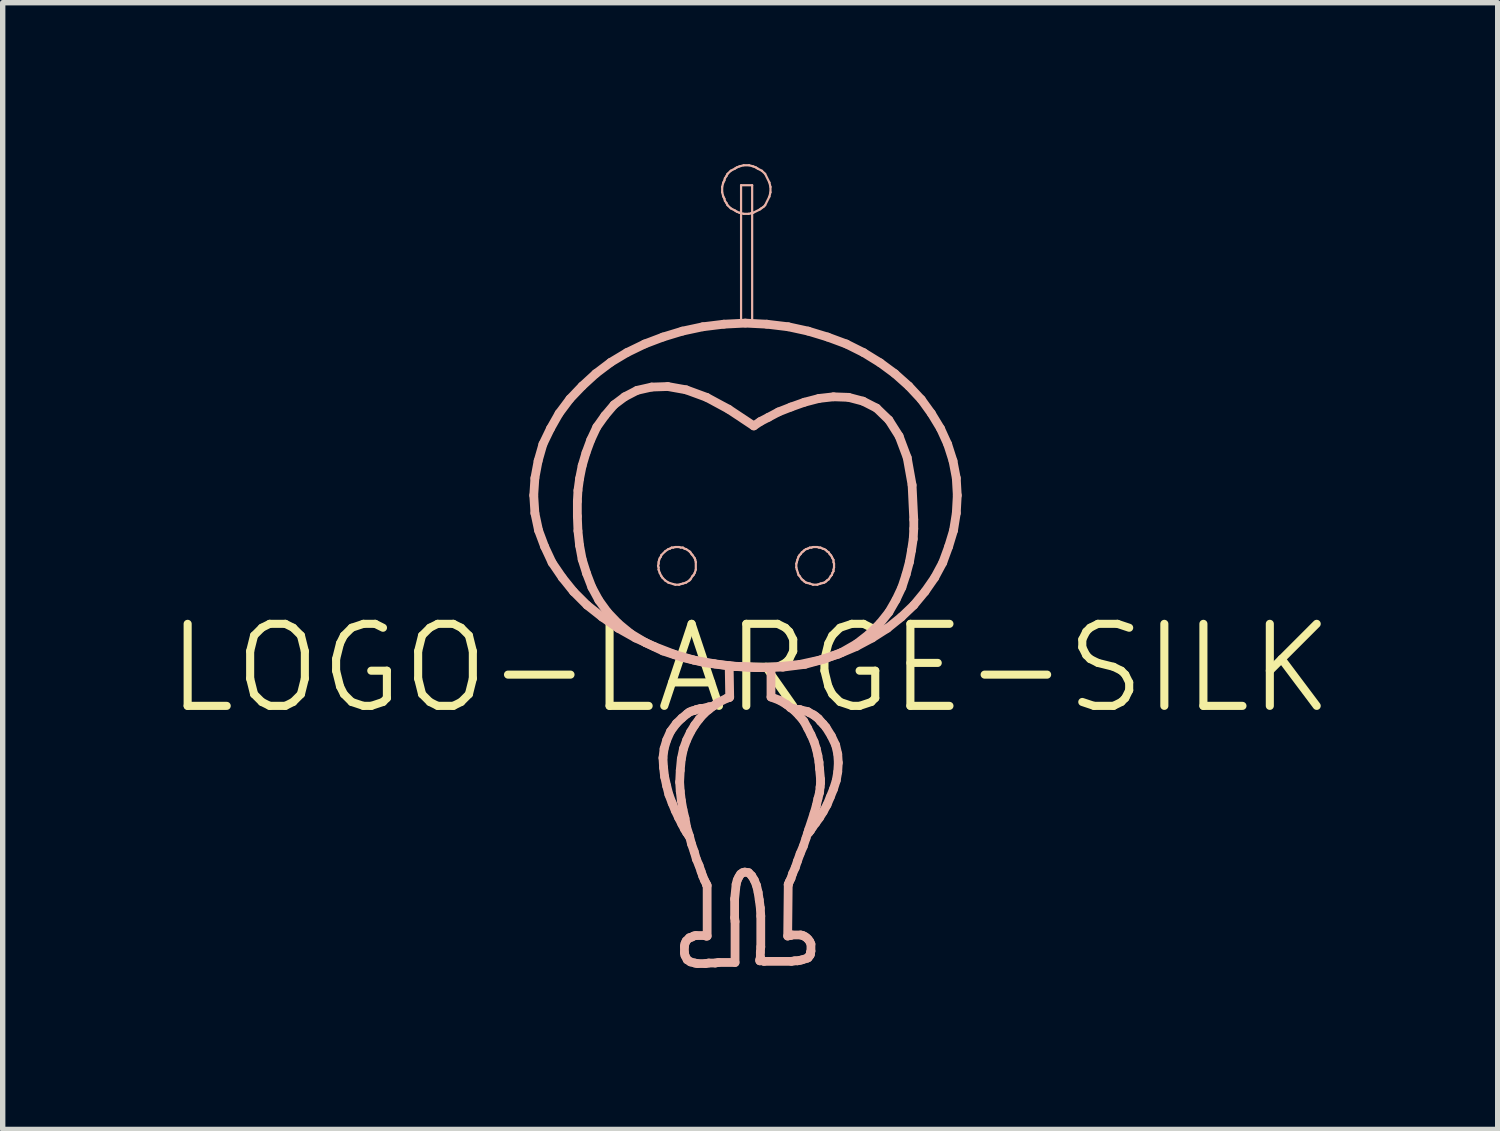
<source format=kicad_pcb>
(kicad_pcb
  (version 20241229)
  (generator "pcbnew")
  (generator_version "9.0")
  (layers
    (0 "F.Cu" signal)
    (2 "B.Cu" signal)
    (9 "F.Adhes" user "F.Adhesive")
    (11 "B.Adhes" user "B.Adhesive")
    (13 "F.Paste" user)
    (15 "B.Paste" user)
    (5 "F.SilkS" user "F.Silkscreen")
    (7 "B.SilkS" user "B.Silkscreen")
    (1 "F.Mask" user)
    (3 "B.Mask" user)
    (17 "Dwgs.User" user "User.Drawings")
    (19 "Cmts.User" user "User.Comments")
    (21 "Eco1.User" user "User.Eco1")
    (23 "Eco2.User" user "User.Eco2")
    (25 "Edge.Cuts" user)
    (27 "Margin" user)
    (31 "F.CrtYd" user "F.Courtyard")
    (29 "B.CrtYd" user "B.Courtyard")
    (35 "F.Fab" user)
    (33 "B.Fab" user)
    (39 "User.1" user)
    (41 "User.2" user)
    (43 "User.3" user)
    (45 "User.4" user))
  (footprint "LOGO-LARGE-SILK"
    (layer "F.Cu")
    (at 10.886 9.365)
    (property "Reference" "LOGO-LARGE-SILK" (at 0 0 0) (layer "F.SilkS") (effects (font (size 1.524 1.524) (thickness 0.15))))
    (attr exclude_from_pos_files exclude_from_bom)
    (fp_line (start -4.021 -3.213) (end -4 -3.533) (stroke (width 0.163) (type solid)) (layer "B.SilkS"))
    (fp_line (start -4 -3.533) (end -3.94 -3.853) (stroke (width 0.163) (type solid)) (layer "B.SilkS"))
    (fp_line (start -4 -2.883) (end -4.021 -3.213) (stroke (width 0.163) (type solid)) (layer "B.SilkS"))
    (fp_line (start -3.94 -3.853) (end -3.851 -4.163) (stroke (width 0.163) (type solid)) (layer "B.SilkS"))
    (fp_line (start -3.932 -2.563) (end -4 -2.883) (stroke (width 0.163) (type solid)) (layer "B.SilkS"))
    (fp_line (start -3.851 -4.163) (end -3.711 -4.453) (stroke (width 0.163) (type solid)) (layer "B.SilkS"))
    (fp_line (start -3.82 -2.263) (end -3.932 -2.563) (stroke (width 0.163) (type solid)) (layer "B.SilkS"))
    (fp_line (start -3.711 -4.453) (end -3.551 -4.735) (stroke (width 0.163) (type solid)) (layer "B.SilkS"))
    (fp_line (start -3.68 -1.963) (end -3.82 -2.263) (stroke (width 0.163) (type solid)) (layer "B.SilkS"))
    (fp_line (start -3.551 -4.735) (end -3.35 -5.004) (stroke (width 0.163) (type solid)) (layer "B.SilkS"))
    (fp_line (start -3.49 -1.684) (end -3.68 -1.963) (stroke (width 0.163) (type solid)) (layer "B.SilkS"))
    (fp_line (start -3.35 -5.004) (end -3.122 -5.243) (stroke (width 0.163) (type solid)) (layer "B.SilkS"))
    (fp_line (start -3.282 -1.425) (end -3.49 -1.684) (stroke (width 0.163) (type solid)) (layer "B.SilkS"))
    (fp_line (start -3.211 -3.104) (end -3.2 -3.305) (stroke (width 0.163) (type solid)) (layer "B.SilkS"))
    (fp_line (start -3.211 -2.824) (end -3.211 -3.104) (stroke (width 0.163) (type solid)) (layer "B.SilkS"))
    (fp_line (start -3.2 -3.305) (end -3.17 -3.523) (stroke (width 0.163) (type solid)) (layer "B.SilkS"))
    (fp_line (start -3.2 -2.553) (end -3.211 -2.824) (stroke (width 0.163) (type solid)) (layer "B.SilkS"))
    (fp_line (start -3.17 -3.523) (end -3.122 -3.764) (stroke (width 0.163) (type solid)) (layer "B.SilkS"))
    (fp_line (start -3.17 -2.283) (end -3.2 -2.553) (stroke (width 0.163) (type solid)) (layer "B.SilkS"))
    (fp_line (start -3.122 -5.243) (end -2.87 -5.474) (stroke (width 0.163) (type solid)) (layer "B.SilkS"))
    (fp_line (start -3.122 -3.764) (end -3.051 -4.003) (stroke (width 0.163) (type solid)) (layer "B.SilkS"))
    (fp_line (start -3.122 -2.024) (end -3.17 -2.283) (stroke (width 0.163) (type solid)) (layer "B.SilkS"))
    (fp_line (start -3.051 -4.003) (end -2.962 -4.244) (stroke (width 0.163) (type solid)) (layer "B.SilkS"))
    (fp_line (start -3.04 -1.763) (end -3.122 -2.024) (stroke (width 0.163) (type solid)) (layer "B.SilkS"))
    (fp_line (start -3.03 -1.173) (end -3.282 -1.425) (stroke (width 0.163) (type solid)) (layer "B.SilkS"))
    (fp_line (start -2.962 -4.244) (end -2.85 -4.483) (stroke (width 0.163) (type solid)) (layer "B.SilkS"))
    (fp_line (start -2.941 -1.504) (end -3.04 -1.763) (stroke (width 0.163) (type solid)) (layer "B.SilkS"))
    (fp_line (start -2.87 -5.474) (end -2.591 -5.685) (stroke (width 0.163) (type solid)) (layer "B.SilkS"))
    (fp_line (start -2.85 -4.483) (end -2.7 -4.694) (stroke (width 0.163) (type solid)) (layer "B.SilkS"))
    (fp_line (start -2.812 -1.265) (end -2.941 -1.504) (stroke (width 0.163) (type solid)) (layer "B.SilkS"))
    (fp_line (start -2.751 -0.953) (end -3.03 -1.173) (stroke (width 0.163) (type solid)) (layer "B.SilkS"))
    (fp_line (start -2.7 -4.694) (end -2.53 -4.895) (stroke (width 0.163) (type solid)) (layer "B.SilkS"))
    (fp_line (start -2.652 -1.044) (end -2.812 -1.265) (stroke (width 0.163) (type solid)) (layer "B.SilkS"))
    (fp_line (start -2.591 -5.685) (end -2.291 -5.865) (stroke (width 0.163) (type solid)) (layer "B.SilkS"))
    (fp_line (start -2.53 -4.895) (end -2.332 -5.044) (stroke (width 0.163) (type solid)) (layer "B.SilkS"))
    (fp_line (start -2.451 -0.833) (end -2.652 -1.044) (stroke (width 0.163) (type solid)) (layer "B.SilkS"))
    (fp_line (start -2.451 -0.744) (end -2.751 -0.953) (stroke (width 0.163) (type solid)) (layer "B.SilkS"))
    (fp_line (start -2.332 -5.044) (end -2.101 -5.164) (stroke (width 0.163) (type solid)) (layer "B.SilkS"))
    (fp_line (start -2.291 -5.865) (end -1.961 -6.025) (stroke (width 0.163) (type solid)) (layer "B.SilkS"))
    (fp_line (start -2.22 -0.643) (end -2.451 -0.833) (stroke (width 0.163) (type solid)) (layer "B.SilkS"))
    (fp_line (start -2.131 -0.564) (end -2.451 -0.744) (stroke (width 0.163) (type solid)) (layer "B.SilkS"))
    (fp_line (start -2.101 -5.164) (end -1.831 -5.225) (stroke (width 0.163) (type solid)) (layer "B.SilkS"))
    (fp_line (start -1.961 -6.025) (end -1.621 -6.154) (stroke (width 0.163) (type solid)) (layer "B.SilkS"))
    (fp_line (start -1.941 -0.475) (end -2.22 -0.643) (stroke (width 0.163) (type solid)) (layer "B.SilkS"))
    (fp_line (start -1.831 -5.225) (end -1.532 -5.235) (stroke (width 0.163) (type solid)) (layer "B.SilkS"))
    (fp_line (start -1.781 -0.404) (end -2.131 -0.564) (stroke (width 0.163) (type solid)) (layer "B.SilkS"))
    (fp_line (start -1.712 -1.905) (end -1.702 -1.943) (stroke (width 0.041) (type solid)) (layer "B.SilkS"))
    (fp_line (start -1.702 -1.974) (end -1.692 -2.014) (stroke (width 0.041) (type solid)) (layer "B.SilkS"))
    (fp_line (start -1.702 -1.943) (end -1.702 -1.974) (stroke (width 0.041) (type solid)) (layer "B.SilkS"))
    (fp_line (start -1.702 -1.875) (end -1.712 -1.905) (stroke (width 0.041) (type solid)) (layer "B.SilkS"))
    (fp_line (start -1.702 -1.834) (end -1.702 -1.875) (stroke (width 0.041) (type solid)) (layer "B.SilkS"))
    (fp_line (start -1.692 -2.014) (end -1.681 -2.045) (stroke (width 0.041) (type solid)) (layer "B.SilkS"))
    (fp_line (start -1.681 -2.045) (end -1.661 -2.073) (stroke (width 0.041) (type solid)) (layer "B.SilkS"))
    (fp_line (start -1.681 -1.773) (end -1.702 -1.834) (stroke (width 0.041) (type solid)) (layer "B.SilkS"))
    (fp_line (start -1.661 -2.073) (end -1.651 -2.103) (stroke (width 0.041) (type solid)) (layer "B.SilkS"))
    (fp_line (start -1.651 -2.103) (end -1.58 -2.174) (stroke (width 0.041) (type solid)) (layer "B.SilkS"))
    (fp_line (start -1.651 -1.714) (end -1.681 -1.773) (stroke (width 0.041) (type solid)) (layer "B.SilkS"))
    (fp_line (start -1.631 -1.684) (end -1.651 -1.714) (stroke (width 0.041) (type solid)) (layer "B.SilkS"))
    (fp_line (start -1.621 -6.154) (end -1.26 -6.264) (stroke (width 0.163) (type solid)) (layer "B.SilkS"))
    (fp_line (start -1.621 -0.323) (end -1.941 -0.475) (stroke (width 0.163) (type solid)) (layer "B.SilkS"))
    (fp_line (start -1.621 1.664) (end -1.6 1.494) (stroke (width 0.163) (type solid)) (layer "B.SilkS"))
    (fp_line (start -1.61 1.844) (end -1.621 1.664) (stroke (width 0.163) (type solid)) (layer "B.SilkS"))
    (fp_line (start -1.6 1.494) (end -1.552 1.333) (stroke (width 0.163) (type solid)) (layer "B.SilkS"))
    (fp_line (start -1.59 2.014) (end -1.61 1.844) (stroke (width 0.163) (type solid)) (layer "B.SilkS"))
    (fp_line (start -1.58 -2.174) (end -1.521 -2.215) (stroke (width 0.041) (type solid)) (layer "B.SilkS"))
    (fp_line (start -1.58 -1.633) (end -1.631 -1.684) (stroke (width 0.041) (type solid)) (layer "B.SilkS"))
    (fp_line (start -1.552 1.333) (end -1.481 1.173) (stroke (width 0.163) (type solid)) (layer "B.SilkS"))
    (fp_line (start -1.552 2.184) (end -1.59 2.014) (stroke (width 0.163) (type solid)) (layer "B.SilkS"))
    (fp_line (start -1.532 -5.235) (end -1.191 -5.174) (stroke (width 0.163) (type solid)) (layer "B.SilkS"))
    (fp_line (start -1.521 -2.215) (end -1.491 -2.223) (stroke (width 0.041) (type solid)) (layer "B.SilkS"))
    (fp_line (start -1.521 -1.593) (end -1.58 -1.633) (stroke (width 0.041) (type solid)) (layer "B.SilkS"))
    (fp_line (start -1.511 2.344) (end -1.552 2.184) (stroke (width 0.163) (type solid)) (layer "B.SilkS"))
    (fp_line (start -1.491 -2.223) (end -1.46 -2.243) (stroke (width 0.041) (type solid)) (layer "B.SilkS"))
    (fp_line (start -1.481 1.173) (end -1.372 1.024) (stroke (width 0.163) (type solid)) (layer "B.SilkS"))
    (fp_line (start -1.46 -2.243) (end -1.43 -2.243) (stroke (width 0.041) (type solid)) (layer "B.SilkS"))
    (fp_line (start -1.45 2.504) (end -1.511 2.344) (stroke (width 0.163) (type solid)) (layer "B.SilkS"))
    (fp_line (start -1.43 -2.243) (end -1.392 -2.253) (stroke (width 0.041) (type solid)) (layer "B.SilkS"))
    (fp_line (start -1.43 -1.565) (end -1.521 -1.593) (stroke (width 0.041) (type solid)) (layer "B.SilkS"))
    (fp_line (start -1.42 -0.264) (end -1.781 -0.404) (stroke (width 0.163) (type solid)) (layer "B.SilkS"))
    (fp_line (start -1.392 -2.253) (end -1.321 -2.253) (stroke (width 0.041) (type solid)) (layer "B.SilkS"))
    (fp_line (start -1.392 -1.554) (end -1.43 -1.565) (stroke (width 0.041) (type solid)) (layer "B.SilkS"))
    (fp_line (start -1.392 2.644) (end -1.45 2.504) (stroke (width 0.163) (type solid)) (layer "B.SilkS"))
    (fp_line (start -1.372 1.024) (end -1.27 0.925) (stroke (width 0.163) (type solid)) (layer "B.SilkS"))
    (fp_line (start -1.331 2.774) (end -1.392 2.644) (stroke (width 0.163) (type solid)) (layer "B.SilkS"))
    (fp_line (start -1.321 -2.253) (end -1.29 -2.243) (stroke (width 0.041) (type solid)) (layer "B.SilkS"))
    (fp_line (start -1.321 -1.554) (end -1.392 -1.554) (stroke (width 0.041) (type solid)) (layer "B.SilkS"))
    (fp_line (start -1.311 2.113) (end -1.3 1.895) (stroke (width 0.163) (type solid)) (layer "B.SilkS"))
    (fp_line (start -1.3 1.895) (end -1.28 1.684) (stroke (width 0.163) (type solid)) (layer "B.SilkS"))
    (fp_line (start -1.3 2.283) (end -1.311 2.113) (stroke (width 0.163) (type solid)) (layer "B.SilkS"))
    (fp_line (start -1.29 -2.243) (end -1.25 -2.243) (stroke (width 0.041) (type solid)) (layer "B.SilkS"))
    (fp_line (start -1.29 -1.565) (end -1.321 -1.554) (stroke (width 0.041) (type solid)) (layer "B.SilkS"))
    (fp_line (start -1.28 1.684) (end -1.24 1.494) (stroke (width 0.163) (type solid)) (layer "B.SilkS"))
    (fp_line (start -1.28 2.454) (end -1.3 2.283) (stroke (width 0.163) (type solid)) (layer "B.SilkS"))
    (fp_line (start -1.27 0.925) (end -1.171 0.843) (stroke (width 0.163) (type solid)) (layer "B.SilkS"))
    (fp_line (start -1.27 2.893) (end -1.331 2.774) (stroke (width 0.163) (type solid)) (layer "B.SilkS"))
    (fp_line (start -1.26 -6.264) (end -0.881 -6.345) (stroke (width 0.163) (type solid)) (layer "B.SilkS"))
    (fp_line (start -1.26 -0.203) (end -1.621 -0.323) (stroke (width 0.163) (type solid)) (layer "B.SilkS"))
    (fp_line (start -1.25 -2.243) (end -1.222 -2.223) (stroke (width 0.041) (type solid)) (layer "B.SilkS"))
    (fp_line (start -1.25 -1.575) (end -1.29 -1.565) (stroke (width 0.041) (type solid)) (layer "B.SilkS"))
    (fp_line (start -1.25 2.624) (end -1.28 2.454) (stroke (width 0.163) (type solid)) (layer "B.SilkS"))
    (fp_line (start -1.24 1.494) (end -1.181 1.333) (stroke (width 0.163) (type solid)) (layer "B.SilkS"))
    (fp_line (start -1.222 -2.223) (end -1.191 -2.215) (stroke (width 0.041) (type solid)) (layer "B.SilkS"))
    (fp_line (start -1.222 2.985) (end -1.27 2.893) (stroke (width 0.163) (type solid)) (layer "B.SilkS"))
    (fp_line (start -1.222 5.164) (end -1.212 5.113) (stroke (width 0.163) (type solid)) (layer "B.SilkS"))
    (fp_line (start -1.222 5.283) (end -1.222 5.164) (stroke (width 0.163) (type solid)) (layer "B.SilkS"))
    (fp_line (start -1.212 2.784) (end -1.25 2.624) (stroke (width 0.163) (type solid)) (layer "B.SilkS"))
    (fp_line (start -1.212 5.113) (end -1.191 5.065) (stroke (width 0.163) (type solid)) (layer "B.SilkS"))
    (fp_line (start -1.212 5.334) (end -1.222 5.283) (stroke (width 0.163) (type solid)) (layer "B.SilkS"))
    (fp_line (start -1.191 -5.174) (end -0.81 -5.034) (stroke (width 0.163) (type solid)) (layer "B.SilkS"))
    (fp_line (start -1.191 -2.215) (end -1.13 -2.174) (stroke (width 0.041) (type solid)) (layer "B.SilkS"))
    (fp_line (start -1.191 -1.593) (end -1.25 -1.575) (stroke (width 0.041) (type solid)) (layer "B.SilkS"))
    (fp_line (start -1.191 5.065) (end -1.13 5.004) (stroke (width 0.163) (type solid)) (layer "B.SilkS"))
    (fp_line (start -1.181 1.333) (end -1.11 1.184) (stroke (width 0.163) (type solid)) (layer "B.SilkS"))
    (fp_line (start -1.181 2.954) (end -1.212 2.784) (stroke (width 0.163) (type solid)) (layer "B.SilkS"))
    (fp_line (start -1.181 3.053) (end -1.222 2.985) (stroke (width 0.163) (type solid)) (layer "B.SilkS"))
    (fp_line (start -1.171 0.843) (end -1.13 0.813) (stroke (width 0.163) (type solid)) (layer "B.SilkS"))
    (fp_line (start -1.171 5.413) (end -1.212 5.334) (stroke (width 0.163) (type solid)) (layer "B.SilkS"))
    (fp_line (start -1.151 3.094) (end -1.181 3.053) (stroke (width 0.163) (type solid)) (layer "B.SilkS"))
    (fp_line (start -1.14 3.114) (end -1.151 3.094) (stroke (width 0.163) (type solid)) (layer "B.SilkS"))
    (fp_line (start -1.13 -2.174) (end -1.11 -2.154) (stroke (width 0.041) (type solid)) (layer "B.SilkS"))
    (fp_line (start -1.13 -1.633) (end -1.191 -1.593) (stroke (width 0.041) (type solid)) (layer "B.SilkS"))
    (fp_line (start -1.13 0.813) (end -1.079 0.792) (stroke (width 0.163) (type solid)) (layer "B.SilkS"))
    (fp_line (start -1.13 3.114) (end -1.181 2.954) (stroke (width 0.163) (type solid)) (layer "B.SilkS"))
    (fp_line (start -1.13 5.004) (end -1.09 4.994) (stroke (width 0.163) (type solid)) (layer "B.SilkS"))
    (fp_line (start -1.11 -2.154) (end -1.09 -2.123) (stroke (width 0.041) (type solid)) (layer "B.SilkS"))
    (fp_line (start -1.11 -1.654) (end -1.13 -1.633) (stroke (width 0.041) (type solid)) (layer "B.SilkS"))
    (fp_line (start -1.11 1.184) (end -1.031 1.054) (stroke (width 0.163) (type solid)) (layer "B.SilkS"))
    (fp_line (start -1.11 5.453) (end -1.171 5.413) (stroke (width 0.163) (type solid)) (layer "B.SilkS"))
    (fp_line (start -1.09 -2.123) (end -1.072 -2.103) (stroke (width 0.041) (type solid)) (layer "B.SilkS"))
    (fp_line (start -1.09 3.264) (end -1.13 3.114) (stroke (width 0.163) (type solid)) (layer "B.SilkS"))
    (fp_line (start -1.09 4.994) (end -1.052 4.973) (stroke (width 0.163) (type solid)) (layer "B.SilkS"))
    (fp_line (start -1.079 0.792) (end -1.041 0.785) (stroke (width 0.163) (type solid)) (layer "B.SilkS"))
    (fp_line (start -1.072 -2.103) (end -1.031 -2.045) (stroke (width 0.041) (type solid)) (layer "B.SilkS"))
    (fp_line (start -1.072 -1.714) (end -1.11 -1.654) (stroke (width 0.041) (type solid)) (layer "B.SilkS"))
    (fp_line (start -1.052 -1.735) (end -1.072 -1.714) (stroke (width 0.041) (type solid)) (layer "B.SilkS"))
    (fp_line (start -1.052 -0.155) (end -1.42 -0.264) (stroke (width 0.163) (type solid)) (layer "B.SilkS"))
    (fp_line (start -1.052 4.973) (end -1.011 4.963) (stroke (width 0.163) (type solid)) (layer "B.SilkS"))
    (fp_line (start -1.041 0.785) (end -1.001 0.765) (stroke (width 0.163) (type solid)) (layer "B.SilkS"))
    (fp_line (start -1.041 3.404) (end -1.09 3.264) (stroke (width 0.163) (type solid)) (layer "B.SilkS"))
    (fp_line (start -1.031 -2.045) (end -1.021 -2.014) (stroke (width 0.041) (type solid)) (layer "B.SilkS"))
    (fp_line (start -1.031 -1.773) (end -1.052 -1.735) (stroke (width 0.041) (type solid)) (layer "B.SilkS"))
    (fp_line (start -1.031 1.054) (end -0.95 0.945) (stroke (width 0.163) (type solid)) (layer "B.SilkS"))
    (fp_line (start -1.031 5.474) (end -1.11 5.453) (stroke (width 0.163) (type solid)) (layer "B.SilkS"))
    (fp_line (start -1.021 -2.014) (end -1.011 -1.974) (stroke (width 0.041) (type solid)) (layer "B.SilkS"))
    (fp_line (start -1.011 -1.974) (end -1.011 -1.834) (stroke (width 0.041) (type solid)) (layer "B.SilkS"))
    (fp_line (start -1.011 -1.834) (end -1.031 -1.773) (stroke (width 0.041) (type solid)) (layer "B.SilkS"))
    (fp_line (start -1.011 4.963) (end -0.841 4.963) (stroke (width 0.163) (type solid)) (layer "B.SilkS"))
    (fp_line (start -1.001 0.765) (end -0.919 0.744) (stroke (width 0.163) (type solid)) (layer "B.SilkS"))
    (fp_line (start -1.001 3.543) (end -1.041 3.404) (stroke (width 0.163) (type solid)) (layer "B.SilkS"))
    (fp_line (start -0.98 5.484) (end -1.031 5.474) (stroke (width 0.163) (type solid)) (layer "B.SilkS"))
    (fp_line (start -0.95 0.945) (end -0.861 0.843) (stroke (width 0.163) (type solid)) (layer "B.SilkS"))
    (fp_line (start -0.95 3.663) (end -1.001 3.543) (stroke (width 0.163) (type solid)) (layer "B.SilkS"))
    (fp_line (start -0.919 0.744) (end -0.881 0.744) (stroke (width 0.163) (type solid)) (layer "B.SilkS"))
    (fp_line (start -0.912 3.774) (end -0.95 3.663) (stroke (width 0.163) (type solid)) (layer "B.SilkS"))
    (fp_line (start -0.881 -6.345) (end -0.49 -6.393) (stroke (width 0.163) (type solid)) (layer "B.SilkS"))
    (fp_line (start -0.881 0.744) (end -0.762 0.714) (stroke (width 0.163) (type solid)) (layer "B.SilkS"))
    (fp_line (start -0.881 3.863) (end -0.912 3.774) (stroke (width 0.163) (type solid)) (layer "B.SilkS"))
    (fp_line (start -0.861 0.843) (end -0.77 0.765) (stroke (width 0.163) (type solid)) (layer "B.SilkS"))
    (fp_line (start -0.851 3.934) (end -0.881 3.863) (stroke (width 0.163) (type solid)) (layer "B.SilkS"))
    (fp_line (start -0.841 -0.104) (end -1.26 -0.203) (stroke (width 0.163) (type solid)) (layer "B.SilkS"))
    (fp_line (start -0.841 4.963) (end -0.82 4.973) (stroke (width 0.163) (type solid)) (layer "B.SilkS"))
    (fp_line (start -0.831 5.484) (end -0.98 5.484) (stroke (width 0.163) (type solid)) (layer "B.SilkS"))
    (fp_line (start -0.82 3.993) (end -0.851 3.934) (stroke (width 0.163) (type solid)) (layer "B.SilkS"))
    (fp_line (start -0.82 4.973) (end -0.8 4.973) (stroke (width 0.163) (type solid)) (layer "B.SilkS"))
    (fp_line (start -0.81 -5.034) (end -0.401 -4.813) (stroke (width 0.163) (type solid)) (layer "B.SilkS"))
    (fp_line (start -0.81 4.023) (end -0.82 3.993) (stroke (width 0.163) (type solid)) (layer "B.SilkS"))
    (fp_line (start -0.8 4.034) (end -0.81 4.023) (stroke (width 0.163) (type solid)) (layer "B.SilkS"))
    (fp_line (start -0.8 4.973) (end -0.8 4.034) (stroke (width 0.163) (type solid)) (layer "B.SilkS"))
    (fp_line (start -0.77 0.765) (end -0.61 0.643) (stroke (width 0.163) (type solid)) (layer "B.SilkS"))
    (fp_line (start -0.77 5.474) (end -0.831 5.484) (stroke (width 0.163) (type solid)) (layer "B.SilkS"))
    (fp_line (start -0.762 0.714) (end -0.721 0.714) (stroke (width 0.163) (type solid)) (layer "B.SilkS"))
    (fp_line (start -0.721 0.714) (end -0.671 0.693) (stroke (width 0.163) (type solid)) (layer "B.SilkS"))
    (fp_line (start -0.66 -0.084) (end -1.052 -0.155) (stroke (width 0.163) (type solid)) (layer "B.SilkS"))
    (fp_line (start -0.65 5.474) (end -0.77 5.474) (stroke (width 0.163) (type solid)) (layer "B.SilkS"))
    (fp_line (start -0.61 0.643) (end -0.432 0.554) (stroke (width 0.163) (type solid)) (layer "B.SilkS"))
    (fp_line (start -0.592 5.464) (end -0.65 5.474) (stroke (width 0.163) (type solid)) (layer "B.SilkS"))
    (fp_line (start -0.521 -8.943) (end -0.5 -9.025) (stroke (width 0.041) (type solid)) (layer "B.SilkS"))
    (fp_line (start -0.521 -8.844) (end -0.521 -8.943) (stroke (width 0.041) (type solid)) (layer "B.SilkS"))
    (fp_line (start -0.5 -9.025) (end -0.48 -9.063) (stroke (width 0.041) (type solid)) (layer "B.SilkS"))
    (fp_line (start -0.5 -8.763) (end -0.521 -8.844) (stroke (width 0.041) (type solid)) (layer "B.SilkS"))
    (fp_line (start -0.49 -6.393) (end -0.091 -6.413) (stroke (width 0.163) (type solid)) (layer "B.SilkS"))
    (fp_line (start -0.48 -9.063) (end -0.47 -9.103) (stroke (width 0.041) (type solid)) (layer "B.SilkS"))
    (fp_line (start -0.48 -8.725) (end -0.5 -8.763) (stroke (width 0.041) (type solid)) (layer "B.SilkS"))
    (fp_line (start -0.47 -9.103) (end -0.442 -9.144) (stroke (width 0.041) (type solid)) (layer "B.SilkS"))
    (fp_line (start -0.47 -8.684) (end -0.48 -8.725) (stroke (width 0.041) (type solid)) (layer "B.SilkS"))
    (fp_line (start -0.442 -9.144) (end -0.422 -9.185) (stroke (width 0.041) (type solid)) (layer "B.SilkS"))
    (fp_line (start -0.442 -8.644) (end -0.47 -8.684) (stroke (width 0.041) (type solid)) (layer "B.SilkS"))
    (fp_line (start -0.432 0.554) (end -0.391 0.544) (stroke (width 0.163) (type solid)) (layer "B.SilkS"))
    (fp_line (start -0.422 -9.185) (end -0.361 -9.243) (stroke (width 0.041) (type solid)) (layer "B.SilkS"))
    (fp_line (start -0.422 -8.603) (end -0.442 -8.644) (stroke (width 0.041) (type solid)) (layer "B.SilkS"))
    (fp_line (start -0.401 -4.813) (end 0.066 -4.503) (stroke (width 0.163) (type solid)) (layer "B.SilkS"))
    (fp_line (start -0.391 -0.043) (end 0.386 -0.013) (stroke (width 0.163) (type solid)) (layer "B.SilkS"))
    (fp_line (start -0.391 0.544) (end -0.381 0.533) (stroke (width 0.163) (type solid)) (layer "B.SilkS"))
    (fp_line (start -0.381 -0.043) (end -0.841 -0.104) (stroke (width 0.163) (type solid)) (layer "B.SilkS"))
    (fp_line (start -0.381 0.533) (end -0.391 -0.043) (stroke (width 0.163) (type solid)) (layer "B.SilkS"))
    (fp_line (start -0.361 -9.243) (end -0.282 -9.284) (stroke (width 0.041) (type solid)) (layer "B.SilkS"))
    (fp_line (start -0.361 -8.545) (end -0.422 -8.603) (stroke (width 0.041) (type solid)) (layer "B.SilkS"))
    (fp_line (start -0.29 4.285) (end -0.29 4.633) (stroke (width 0.163) (type solid)) (layer "B.SilkS"))
    (fp_line (start -0.29 4.633) (end -0.282 4.704) (stroke (width 0.163) (type solid)) (layer "B.SilkS"))
    (fp_line (start -0.282 -9.284) (end -0.251 -9.304) (stroke (width 0.041) (type solid)) (layer "B.SilkS"))
    (fp_line (start -0.282 -8.504) (end -0.361 -8.545) (stroke (width 0.041) (type solid)) (layer "B.SilkS"))
    (fp_line (start -0.282 4.704) (end -0.282 5.464) (stroke (width 0.163) (type solid)) (layer "B.SilkS"))
    (fp_line (start -0.282 5.464) (end -0.592 5.464) (stroke (width 0.163) (type solid)) (layer "B.SilkS"))
    (fp_line (start -0.262 -0.033) (end -0.66 -0.084) (stroke (width 0.163) (type solid)) (layer "B.SilkS"))
    (fp_line (start -0.262 4.013) (end -0.29 4.285) (stroke (width 0.163) (type solid)) (layer "B.SilkS"))
    (fp_line (start -0.251 -9.304) (end -0.201 -9.324) (stroke (width 0.041) (type solid)) (layer "B.SilkS"))
    (fp_line (start -0.251 -8.484) (end -0.282 -8.504) (stroke (width 0.041) (type solid)) (layer "B.SilkS"))
    (fp_line (start -0.241 3.934) (end -0.262 4.013) (stroke (width 0.163) (type solid)) (layer "B.SilkS"))
    (fp_line (start -0.211 3.873) (end -0.241 3.934) (stroke (width 0.163) (type solid)) (layer "B.SilkS"))
    (fp_line (start -0.201 -9.324) (end -0.122 -9.345) (stroke (width 0.041) (type solid)) (layer "B.SilkS"))
    (fp_line (start -0.201 -8.463) (end -0.251 -8.484) (stroke (width 0.041) (type solid)) (layer "B.SilkS"))
    (fp_line (start -0.18 3.823) (end -0.211 3.873) (stroke (width 0.163) (type solid)) (layer "B.SilkS"))
    (fp_line (start -0.17 -8.974) (end 0.036 -8.974) (stroke (width 0.041) (type solid)) (layer "B.SilkS"))
    (fp_line (start -0.17 -6.393) (end -0.17 -8.974) (stroke (width 0.041) (type solid)) (layer "B.SilkS"))
    (fp_line (start -0.14 3.795) (end -0.18 3.823) (stroke (width 0.163) (type solid)) (layer "B.SilkS"))
    (fp_line (start -0.122 -9.345) (end -0.02 -9.345) (stroke (width 0.041) (type solid)) (layer "B.SilkS"))
    (fp_line (start -0.122 -8.443) (end -0.201 -8.463) (stroke (width 0.041) (type solid)) (layer "B.SilkS"))
    (fp_line (start -0.102 3.785) (end -0.14 3.795) (stroke (width 0.163) (type solid)) (layer "B.SilkS"))
    (fp_line (start -0.091 -6.413) (end 0.307 -6.393) (stroke (width 0.163) (type solid)) (layer "B.SilkS"))
    (fp_line (start -0.03 -8.443) (end -0.122 -8.443) (stroke (width 0.041) (type solid)) (layer "B.SilkS"))
    (fp_line (start -0.03 3.795) (end -0.102 3.785) (stroke (width 0.163) (type solid)) (layer "B.SilkS"))
    (fp_line (start -0.02 -9.345) (end 0.056 -9.324) (stroke (width 0.041) (type solid)) (layer "B.SilkS"))
    (fp_line (start 0.018 -8.453) (end -0.03 -8.443) (stroke (width 0.041) (type solid)) (layer "B.SilkS"))
    (fp_line (start 0.028 3.853) (end -0.03 3.795) (stroke (width 0.163) (type solid)) (layer "B.SilkS"))
    (fp_line (start 0.036 -8.974) (end 0.036 -6.393) (stroke (width 0.041) (type solid)) (layer "B.SilkS"))
    (fp_line (start 0.036 -6.393) (end -0.17 -6.393) (stroke (width 0.041) (type solid)) (layer "B.SilkS"))
    (fp_line (start 0.056 -9.324) (end 0.107 -9.304) (stroke (width 0.041) (type solid)) (layer "B.SilkS"))
    (fp_line (start 0.056 -8.463) (end 0.018 -8.453) (stroke (width 0.041) (type solid)) (layer "B.SilkS"))
    (fp_line (start 0.066 -4.503) (end 0.188 -4.585) (stroke (width 0.163) (type solid)) (layer "B.SilkS"))
    (fp_line (start 0.076 3.934) (end 0.028 3.853) (stroke (width 0.163) (type solid)) (layer "B.SilkS"))
    (fp_line (start 0.107 -9.304) (end 0.137 -9.284) (stroke (width 0.041) (type solid)) (layer "B.SilkS"))
    (fp_line (start 0.117 4.034) (end 0.076 3.934) (stroke (width 0.163) (type solid)) (layer "B.SilkS"))
    (fp_line (start 0.137 -9.284) (end 0.216 -9.243) (stroke (width 0.041) (type solid)) (layer "B.SilkS"))
    (fp_line (start 0.137 -0.013) (end -0.381 -0.043) (stroke (width 0.163) (type solid)) (layer "B.SilkS"))
    (fp_line (start 0.147 -0.013) (end -0.262 -0.033) (stroke (width 0.163) (type solid)) (layer "B.SilkS"))
    (fp_line (start 0.147 4.163) (end 0.117 4.034) (stroke (width 0.163) (type solid)) (layer "B.SilkS"))
    (fp_line (start 0.168 4.303) (end 0.147 4.163) (stroke (width 0.163) (type solid)) (layer "B.SilkS"))
    (fp_line (start 0.178 -8.524) (end 0.056 -8.463) (stroke (width 0.041) (type solid)) (layer "B.SilkS"))
    (fp_line (start 0.178 5.413) (end 0.188 5.364) (stroke (width 0.163) (type solid)) (layer "B.SilkS"))
    (fp_line (start 0.178 5.433) (end 0.178 5.413) (stroke (width 0.163) (type solid)) (layer "B.SilkS"))
    (fp_line (start 0.188 -4.585) (end 0.338 -4.663) (stroke (width 0.163) (type solid)) (layer "B.SilkS"))
    (fp_line (start 0.188 4.453) (end 0.168 4.303) (stroke (width 0.163) (type solid)) (layer "B.SilkS"))
    (fp_line (start 0.188 5.273) (end 0.196 5.174) (stroke (width 0.163) (type solid)) (layer "B.SilkS"))
    (fp_line (start 0.188 5.364) (end 0.188 5.273) (stroke (width 0.163) (type solid)) (layer "B.SilkS"))
    (fp_line (start 0.196 4.602) (end 0.188 4.453) (stroke (width 0.163) (type solid)) (layer "B.SilkS"))
    (fp_line (start 0.196 5.174) (end 0.196 4.602) (stroke (width 0.163) (type solid)) (layer "B.SilkS"))
    (fp_line (start 0.206 -8.545) (end 0.178 -8.524) (stroke (width 0.041) (type solid)) (layer "B.SilkS"))
    (fp_line (start 0.216 -9.243) (end 0.277 -9.185) (stroke (width 0.041) (type solid)) (layer "B.SilkS"))
    (fp_line (start 0.236 5.433) (end 0.178 5.433) (stroke (width 0.163) (type solid)) (layer "B.SilkS"))
    (fp_line (start 0.246 -8.572) (end 0.206 -8.545) (stroke (width 0.041) (type solid)) (layer "B.SilkS"))
    (fp_line (start 0.257 5.443) (end 0.236 5.433) (stroke (width 0.163) (type solid)) (layer "B.SilkS"))
    (fp_line (start 0.277 -9.185) (end 0.356 -9.025) (stroke (width 0.041) (type solid)) (layer "B.SilkS"))
    (fp_line (start 0.277 -8.603) (end 0.246 -8.572) (stroke (width 0.041) (type solid)) (layer "B.SilkS"))
    (fp_line (start 0.307 -6.393) (end 0.706 -6.345) (stroke (width 0.163) (type solid)) (layer "B.SilkS"))
    (fp_line (start 0.338 -4.663) (end 0.526 -4.763) (stroke (width 0.163) (type solid)) (layer "B.SilkS"))
    (fp_line (start 0.356 -9.025) (end 0.376 -8.943) (stroke (width 0.041) (type solid)) (layer "B.SilkS"))
    (fp_line (start 0.356 -8.763) (end 0.277 -8.603) (stroke (width 0.041) (type solid)) (layer "B.SilkS"))
    (fp_line (start 0.376 -8.943) (end 0.376 -8.844) (stroke (width 0.041) (type solid)) (layer "B.SilkS"))
    (fp_line (start 0.376 -8.844) (end 0.356 -8.763) (stroke (width 0.041) (type solid)) (layer "B.SilkS"))
    (fp_line (start 0.386 -0.013) (end 0.386 0.533) (stroke (width 0.163) (type solid)) (layer "B.SilkS"))
    (fp_line (start 0.386 0.533) (end 0.546 0.594) (stroke (width 0.163) (type solid)) (layer "B.SilkS"))
    (fp_line (start 0.526 -4.763) (end 0.757 -4.854) (stroke (width 0.163) (type solid)) (layer "B.SilkS"))
    (fp_line (start 0.546 -0.033) (end 0.147 -0.013) (stroke (width 0.163) (type solid)) (layer "B.SilkS"))
    (fp_line (start 0.546 0.594) (end 0.676 0.673) (stroke (width 0.163) (type solid)) (layer "B.SilkS"))
    (fp_line (start 0.607 -0.023) (end 0.137 -0.013) (stroke (width 0.163) (type solid)) (layer "B.SilkS"))
    (fp_line (start 0.676 0.673) (end 0.798 0.765) (stroke (width 0.163) (type solid)) (layer "B.SilkS"))
    (fp_line (start 0.696 4.973) (end 0.706 4.963) (stroke (width 0.163) (type solid)) (layer "B.SilkS"))
    (fp_line (start 0.706 -6.345) (end 1.077 -6.264) (stroke (width 0.163) (type solid)) (layer "B.SilkS"))
    (fp_line (start 0.706 4.013) (end 0.706 4.023) (stroke (width 0.163) (type solid)) (layer "B.SilkS"))
    (fp_line (start 0.706 4.023) (end 0.696 4.973) (stroke (width 0.163) (type solid)) (layer "B.SilkS"))
    (fp_line (start 0.706 4.963) (end 0.747 4.963) (stroke (width 0.163) (type solid)) (layer "B.SilkS"))
    (fp_line (start 0.726 3.965) (end 0.706 4.013) (stroke (width 0.163) (type solid)) (layer "B.SilkS"))
    (fp_line (start 0.747 4.963) (end 0.777 4.953) (stroke (width 0.163) (type solid)) (layer "B.SilkS"))
    (fp_line (start 0.757 -4.854) (end 1.006 -4.943) (stroke (width 0.163) (type solid)) (layer "B.SilkS"))
    (fp_line (start 0.757 3.904) (end 0.726 3.965) (stroke (width 0.163) (type solid)) (layer "B.SilkS"))
    (fp_line (start 0.767 5.443) (end 0.257 5.443) (stroke (width 0.163) (type solid)) (layer "B.SilkS"))
    (fp_line (start 0.777 4.953) (end 0.937 4.953) (stroke (width 0.163) (type solid)) (layer "B.SilkS"))
    (fp_line (start 0.787 3.813) (end 0.757 3.904) (stroke (width 0.163) (type solid)) (layer "B.SilkS"))
    (fp_line (start 0.798 0.744) (end 0.747 0.734) (stroke (width 0.163) (type solid)) (layer "B.SilkS"))
    (fp_line (start 0.798 0.765) (end 0.907 0.874) (stroke (width 0.163) (type solid)) (layer "B.SilkS"))
    (fp_line (start 0.826 5.433) (end 0.767 5.443) (stroke (width 0.163) (type solid)) (layer "B.SilkS"))
    (fp_line (start 0.836 3.703) (end 0.787 3.813) (stroke (width 0.163) (type solid)) (layer "B.SilkS"))
    (fp_line (start 0.856 -1.943) (end 0.866 -1.974) (stroke (width 0.041) (type solid)) (layer "B.SilkS"))
    (fp_line (start 0.856 -1.875) (end 0.856 -1.943) (stroke (width 0.041) (type solid)) (layer "B.SilkS"))
    (fp_line (start 0.866 -1.974) (end 0.876 -2.014) (stroke (width 0.041) (type solid)) (layer "B.SilkS"))
    (fp_line (start 0.866 -1.834) (end 0.856 -1.875) (stroke (width 0.041) (type solid)) (layer "B.SilkS"))
    (fp_line (start 0.876 -2.014) (end 0.897 -2.073) (stroke (width 0.041) (type solid)) (layer "B.SilkS"))
    (fp_line (start 0.876 0.765) (end 0.798 0.744) (stroke (width 0.163) (type solid)) (layer "B.SilkS"))
    (fp_line (start 0.876 3.584) (end 0.836 3.703) (stroke (width 0.163) (type solid)) (layer "B.SilkS"))
    (fp_line (start 0.876 5.433) (end 0.826 5.433) (stroke (width 0.163) (type solid)) (layer "B.SilkS"))
    (fp_line (start 0.886 -1.773) (end 0.866 -1.834) (stroke (width 0.041) (type solid)) (layer "B.SilkS"))
    (fp_line (start 0.897 -2.073) (end 0.917 -2.103) (stroke (width 0.041) (type solid)) (layer "B.SilkS"))
    (fp_line (start 0.897 -1.735) (end 0.886 -1.773) (stroke (width 0.041) (type solid)) (layer "B.SilkS"))
    (fp_line (start 0.907 0.874) (end 0.996 0.983) (stroke (width 0.163) (type solid)) (layer "B.SilkS"))
    (fp_line (start 0.917 -2.103) (end 0.937 -2.123) (stroke (width 0.041) (type solid)) (layer "B.SilkS"))
    (fp_line (start 0.917 -1.714) (end 0.897 -1.735) (stroke (width 0.041) (type solid)) (layer "B.SilkS"))
    (fp_line (start 0.917 0.765) (end 0.876 0.765) (stroke (width 0.163) (type solid)) (layer "B.SilkS"))
    (fp_line (start 0.927 -0.074) (end 0.546 -0.033) (stroke (width 0.163) (type solid)) (layer "B.SilkS"))
    (fp_line (start 0.927 3.444) (end 0.876 3.584) (stroke (width 0.163) (type solid)) (layer "B.SilkS"))
    (fp_line (start 0.927 5.423) (end 0.876 5.433) (stroke (width 0.163) (type solid)) (layer "B.SilkS"))
    (fp_line (start 0.937 -2.123) (end 0.958 -2.154) (stroke (width 0.041) (type solid)) (layer "B.SilkS"))
    (fp_line (start 0.937 4.953) (end 0.978 4.963) (stroke (width 0.163) (type solid)) (layer "B.SilkS"))
    (fp_line (start 0.947 0.775) (end 0.917 0.765) (stroke (width 0.163) (type solid)) (layer "B.SilkS"))
    (fp_line (start 0.958 -2.154) (end 0.986 -2.174) (stroke (width 0.041) (type solid)) (layer "B.SilkS"))
    (fp_line (start 0.958 -1.654) (end 0.917 -1.714) (stroke (width 0.041) (type solid)) (layer "B.SilkS"))
    (fp_line (start 0.968 5.413) (end 0.927 5.423) (stroke (width 0.163) (type solid)) (layer "B.SilkS"))
    (fp_line (start 0.978 4.963) (end 1.016 4.983) (stroke (width 0.163) (type solid)) (layer "B.SilkS"))
    (fp_line (start 0.986 -2.174) (end 1.006 -2.195) (stroke (width 0.041) (type solid)) (layer "B.SilkS"))
    (fp_line (start 0.986 -1.633) (end 0.958 -1.654) (stroke (width 0.041) (type solid)) (layer "B.SilkS"))
    (fp_line (start 0.986 3.305) (end 0.927 3.444) (stroke (width 0.163) (type solid)) (layer "B.SilkS"))
    (fp_line (start 0.996 0.983) (end 1.067 1.113) (stroke (width 0.163) (type solid)) (layer "B.SilkS"))
    (fp_line (start 1.006 -4.943) (end 1.278 -5.014) (stroke (width 0.163) (type solid)) (layer "B.SilkS"))
    (fp_line (start 1.006 -2.195) (end 1.036 -2.215) (stroke (width 0.041) (type solid)) (layer "B.SilkS"))
    (fp_line (start 1.006 -1.613) (end 0.986 -1.633) (stroke (width 0.041) (type solid)) (layer "B.SilkS"))
    (fp_line (start 1.016 -0.074) (end 0.607 -0.023) (stroke (width 0.163) (type solid)) (layer "B.SilkS"))
    (fp_line (start 1.016 4.983) (end 1.046 5.004) (stroke (width 0.163) (type solid)) (layer "B.SilkS"))
    (fp_line (start 1.036 -2.215) (end 1.067 -2.223) (stroke (width 0.041) (type solid)) (layer "B.SilkS"))
    (fp_line (start 1.036 -1.593) (end 1.006 -1.613) (stroke (width 0.041) (type solid)) (layer "B.SilkS"))
    (fp_line (start 1.036 3.155) (end 0.986 3.305) (stroke (width 0.163) (type solid)) (layer "B.SilkS"))
    (fp_line (start 1.046 5.004) (end 1.077 5.034) (stroke (width 0.163) (type solid)) (layer "B.SilkS"))
    (fp_line (start 1.057 5.385) (end 0.968 5.413) (stroke (width 0.163) (type solid)) (layer "B.SilkS"))
    (fp_line (start 1.067 -2.223) (end 1.107 -2.243) (stroke (width 0.041) (type solid)) (layer "B.SilkS"))
    (fp_line (start 1.067 -1.585) (end 1.036 -1.593) (stroke (width 0.041) (type solid)) (layer "B.SilkS"))
    (fp_line (start 1.067 0.803) (end 0.947 0.775) (stroke (width 0.163) (type solid)) (layer "B.SilkS"))
    (fp_line (start 1.067 1.113) (end 1.128 1.234) (stroke (width 0.163) (type solid)) (layer "B.SilkS"))
    (fp_line (start 1.067 3.063) (end 1.087 3.053) (stroke (width 0.163) (type solid)) (layer "B.SilkS"))
    (fp_line (start 1.077 -6.264) (end 1.438 -6.154) (stroke (width 0.163) (type solid)) (layer "B.SilkS"))
    (fp_line (start 1.077 5.034) (end 1.107 5.075) (stroke (width 0.163) (type solid)) (layer "B.SilkS"))
    (fp_line (start 1.077 5.375) (end 1.057 5.385) (stroke (width 0.163) (type solid)) (layer "B.SilkS"))
    (fp_line (start 1.087 2.995) (end 1.036 3.155) (stroke (width 0.163) (type solid)) (layer "B.SilkS"))
    (fp_line (start 1.087 3.053) (end 1.118 3.015) (stroke (width 0.163) (type solid)) (layer "B.SilkS"))
    (fp_line (start 1.087 5.354) (end 1.077 5.375) (stroke (width 0.163) (type solid)) (layer "B.SilkS"))
    (fp_line (start 1.097 0.823) (end 1.067 0.803) (stroke (width 0.163) (type solid)) (layer "B.SilkS"))
    (fp_line (start 1.107 -2.243) (end 1.138 -2.243) (stroke (width 0.041) (type solid)) (layer "B.SilkS"))
    (fp_line (start 1.107 -1.575) (end 1.067 -1.585) (stroke (width 0.041) (type solid)) (layer "B.SilkS"))
    (fp_line (start 1.107 5.075) (end 1.128 5.123) (stroke (width 0.163) (type solid)) (layer "B.SilkS"))
    (fp_line (start 1.107 5.334) (end 1.087 5.354) (stroke (width 0.163) (type solid)) (layer "B.SilkS"))
    (fp_line (start 1.118 3.015) (end 1.156 2.954) (stroke (width 0.163) (type solid)) (layer "B.SilkS"))
    (fp_line (start 1.118 5.283) (end 1.118 5.314) (stroke (width 0.163) (type solid)) (layer "B.SilkS"))
    (fp_line (start 1.118 5.314) (end 1.107 5.334) (stroke (width 0.163) (type solid)) (layer "B.SilkS"))
    (fp_line (start 1.128 1.234) (end 1.186 1.364) (stroke (width 0.163) (type solid)) (layer "B.SilkS"))
    (fp_line (start 1.128 5.123) (end 1.128 5.253) (stroke (width 0.163) (type solid)) (layer "B.SilkS"))
    (fp_line (start 1.128 5.253) (end 1.118 5.283) (stroke (width 0.163) (type solid)) (layer "B.SilkS"))
    (fp_line (start 1.138 -2.243) (end 1.166 -2.253) (stroke (width 0.041) (type solid)) (layer "B.SilkS"))
    (fp_line (start 1.156 2.954) (end 1.217 2.873) (stroke (width 0.163) (type solid)) (layer "B.SilkS"))
    (fp_line (start 1.166 -2.253) (end 1.247 -2.253) (stroke (width 0.041) (type solid)) (layer "B.SilkS"))
    (fp_line (start 1.166 -1.554) (end 1.107 -1.575) (stroke (width 0.041) (type solid)) (layer "B.SilkS"))
    (fp_line (start 1.176 0.864) (end 1.097 0.823) (stroke (width 0.163) (type solid)) (layer "B.SilkS"))
    (fp_line (start 1.186 1.364) (end 1.227 1.494) (stroke (width 0.163) (type solid)) (layer "B.SilkS"))
    (fp_line (start 1.186 2.695) (end 1.087 2.995) (stroke (width 0.163) (type solid)) (layer "B.SilkS"))
    (fp_line (start 1.217 0.894) (end 1.176 0.864) (stroke (width 0.163) (type solid)) (layer "B.SilkS"))
    (fp_line (start 1.217 2.873) (end 1.288 2.774) (stroke (width 0.163) (type solid)) (layer "B.SilkS"))
    (fp_line (start 1.227 1.494) (end 1.257 1.623) (stroke (width 0.163) (type solid)) (layer "B.SilkS"))
    (fp_line (start 1.227 2.553) (end 1.186 2.695) (stroke (width 0.163) (type solid)) (layer "B.SilkS"))
    (fp_line (start 1.247 -2.253) (end 1.278 -2.243) (stroke (width 0.041) (type solid)) (layer "B.SilkS"))
    (fp_line (start 1.247 -1.554) (end 1.166 -1.554) (stroke (width 0.041) (type solid)) (layer "B.SilkS"))
    (fp_line (start 1.257 1.623) (end 1.278 1.745) (stroke (width 0.163) (type solid)) (layer "B.SilkS"))
    (fp_line (start 1.257 2.423) (end 1.227 2.553) (stroke (width 0.163) (type solid)) (layer "B.SilkS"))
    (fp_line (start 1.267 0.935) (end 1.217 0.894) (stroke (width 0.163) (type solid)) (layer "B.SilkS"))
    (fp_line (start 1.278 -5.014) (end 1.547 -5.044) (stroke (width 0.163) (type solid)) (layer "B.SilkS"))
    (fp_line (start 1.278 -2.243) (end 1.306 -2.243) (stroke (width 0.041) (type solid)) (layer "B.SilkS"))
    (fp_line (start 1.278 1.745) (end 1.288 1.864) (stroke (width 0.163) (type solid)) (layer "B.SilkS"))
    (fp_line (start 1.288 1.864) (end 1.306 2.062) (stroke (width 0.163) (type solid)) (layer "B.SilkS"))
    (fp_line (start 1.288 2.304) (end 1.257 2.423) (stroke (width 0.163) (type solid)) (layer "B.SilkS"))
    (fp_line (start 1.288 2.774) (end 1.356 2.664) (stroke (width 0.163) (type solid)) (layer "B.SilkS"))
    (fp_line (start 1.298 -0.155) (end 0.927 -0.074) (stroke (width 0.163) (type solid)) (layer "B.SilkS"))
    (fp_line (start 1.298 2.205) (end 1.288 2.304) (stroke (width 0.163) (type solid)) (layer "B.SilkS"))
    (fp_line (start 1.306 -2.243) (end 1.346 -2.223) (stroke (width 0.041) (type solid)) (layer "B.SilkS"))
    (fp_line (start 1.306 -1.575) (end 1.247 -1.554) (stroke (width 0.041) (type solid)) (layer "B.SilkS"))
    (fp_line (start 1.306 0.983) (end 1.267 0.935) (stroke (width 0.163) (type solid)) (layer "B.SilkS"))
    (fp_line (start 1.306 2.062) (end 1.306 2.134) (stroke (width 0.163) (type solid)) (layer "B.SilkS"))
    (fp_line (start 1.306 2.134) (end 1.298 2.205) (stroke (width 0.163) (type solid)) (layer "B.SilkS"))
    (fp_line (start 1.346 -2.223) (end 1.377 -2.215) (stroke (width 0.041) (type solid)) (layer "B.SilkS"))
    (fp_line (start 1.346 -1.585) (end 1.306 -1.575) (stroke (width 0.041) (type solid)) (layer "B.SilkS"))
    (fp_line (start 1.356 1.034) (end 1.306 0.983) (stroke (width 0.163) (type solid)) (layer "B.SilkS"))
    (fp_line (start 1.356 2.664) (end 1.427 2.535) (stroke (width 0.163) (type solid)) (layer "B.SilkS"))
    (fp_line (start 1.377 -2.215) (end 1.407 -2.195) (stroke (width 0.041) (type solid)) (layer "B.SilkS"))
    (fp_line (start 1.377 -1.593) (end 1.346 -1.585) (stroke (width 0.041) (type solid)) (layer "B.SilkS"))
    (fp_line (start 1.377 -0.173) (end 1.016 -0.074) (stroke (width 0.163) (type solid)) (layer "B.SilkS"))
    (fp_line (start 1.407 -2.195) (end 1.427 -2.174) (stroke (width 0.041) (type solid)) (layer "B.SilkS"))
    (fp_line (start 1.407 -1.613) (end 1.377 -1.593) (stroke (width 0.041) (type solid)) (layer "B.SilkS"))
    (fp_line (start 1.407 1.095) (end 1.356 1.034) (stroke (width 0.163) (type solid)) (layer "B.SilkS"))
    (fp_line (start 1.427 -2.174) (end 1.458 -2.154) (stroke (width 0.041) (type solid)) (layer "B.SilkS"))
    (fp_line (start 1.427 -1.633) (end 1.407 -1.613) (stroke (width 0.041) (type solid)) (layer "B.SilkS"))
    (fp_line (start 1.427 2.535) (end 1.486 2.393) (stroke (width 0.163) (type solid)) (layer "B.SilkS"))
    (fp_line (start 1.438 -6.154) (end 1.786 -6.025) (stroke (width 0.163) (type solid)) (layer "B.SilkS"))
    (fp_line (start 1.458 -2.154) (end 1.476 -2.123) (stroke (width 0.041) (type solid)) (layer "B.SilkS"))
    (fp_line (start 1.458 -1.654) (end 1.427 -1.633) (stroke (width 0.041) (type solid)) (layer "B.SilkS"))
    (fp_line (start 1.476 -2.123) (end 1.496 -2.103) (stroke (width 0.041) (type solid)) (layer "B.SilkS"))
    (fp_line (start 1.486 2.393) (end 1.547 2.243) (stroke (width 0.163) (type solid)) (layer "B.SilkS"))
    (fp_line (start 1.496 -2.103) (end 1.516 -2.073) (stroke (width 0.041) (type solid)) (layer "B.SilkS"))
    (fp_line (start 1.496 -1.714) (end 1.458 -1.654) (stroke (width 0.041) (type solid)) (layer "B.SilkS"))
    (fp_line (start 1.506 1.255) (end 1.407 1.095) (stroke (width 0.163) (type solid)) (layer "B.SilkS"))
    (fp_line (start 1.516 -2.073) (end 1.527 -2.045) (stroke (width 0.041) (type solid)) (layer "B.SilkS"))
    (fp_line (start 1.516 -1.735) (end 1.496 -1.714) (stroke (width 0.041) (type solid)) (layer "B.SilkS"))
    (fp_line (start 1.527 -2.045) (end 1.547 -2.014) (stroke (width 0.041) (type solid)) (layer "B.SilkS"))
    (fp_line (start 1.527 -1.773) (end 1.516 -1.735) (stroke (width 0.041) (type solid)) (layer "B.SilkS"))
    (fp_line (start 1.547 -5.044) (end 1.826 -5.034) (stroke (width 0.163) (type solid)) (layer "B.SilkS"))
    (fp_line (start 1.547 -2.014) (end 1.547 -1.974) (stroke (width 0.041) (type solid)) (layer "B.SilkS"))
    (fp_line (start 1.547 -1.974) (end 1.557 -1.943) (stroke (width 0.041) (type solid)) (layer "B.SilkS"))
    (fp_line (start 1.547 -1.834) (end 1.547 -1.803) (stroke (width 0.041) (type solid)) (layer "B.SilkS"))
    (fp_line (start 1.547 -1.803) (end 1.527 -1.773) (stroke (width 0.041) (type solid)) (layer "B.SilkS"))
    (fp_line (start 1.547 2.243) (end 1.598 2.083) (stroke (width 0.163) (type solid)) (layer "B.SilkS"))
    (fp_line (start 1.557 -1.943) (end 1.557 -1.875) (stroke (width 0.041) (type solid)) (layer "B.SilkS"))
    (fp_line (start 1.557 -1.875) (end 1.547 -1.834) (stroke (width 0.041) (type solid)) (layer "B.SilkS"))
    (fp_line (start 1.587 1.425) (end 1.506 1.255) (stroke (width 0.163) (type solid)) (layer "B.SilkS"))
    (fp_line (start 1.598 2.083) (end 1.626 1.923) (stroke (width 0.163) (type solid)) (layer "B.SilkS"))
    (fp_line (start 1.626 1.593) (end 1.587 1.425) (stroke (width 0.163) (type solid)) (layer "B.SilkS"))
    (fp_line (start 1.626 1.923) (end 1.636 1.753) (stroke (width 0.163) (type solid)) (layer "B.SilkS"))
    (fp_line (start 1.636 -0.264) (end 1.298 -0.155) (stroke (width 0.163) (type solid)) (layer "B.SilkS"))
    (fp_line (start 1.636 1.753) (end 1.626 1.593) (stroke (width 0.163) (type solid)) (layer "B.SilkS"))
    (fp_line (start 1.697 -0.295) (end 1.377 -0.173) (stroke (width 0.163) (type solid)) (layer "B.SilkS"))
    (fp_line (start 1.786 -6.025) (end 2.106 -5.865) (stroke (width 0.163) (type solid)) (layer "B.SilkS"))
    (fp_line (start 1.826 -5.034) (end 2.095 -4.963) (stroke (width 0.163) (type solid)) (layer "B.SilkS"))
    (fp_line (start 1.966 -0.404) (end 1.636 -0.264) (stroke (width 0.163) (type solid)) (layer "B.SilkS"))
    (fp_line (start 1.976 -0.455) (end 1.697 -0.295) (stroke (width 0.163) (type solid)) (layer "B.SilkS"))
    (fp_line (start 2.095 -4.963) (end 2.347 -4.834) (stroke (width 0.163) (type solid)) (layer "B.SilkS"))
    (fp_line (start 2.106 -5.865) (end 2.416 -5.674) (stroke (width 0.163) (type solid)) (layer "B.SilkS"))
    (fp_line (start 2.207 -0.635) (end 1.976 -0.455) (stroke (width 0.163) (type solid)) (layer "B.SilkS"))
    (fp_line (start 2.266 -0.564) (end 1.966 -0.404) (stroke (width 0.163) (type solid)) (layer "B.SilkS"))
    (fp_line (start 2.347 -4.834) (end 2.576 -4.613) (stroke (width 0.163) (type solid)) (layer "B.SilkS"))
    (fp_line (start 2.408 -0.833) (end 2.207 -0.635) (stroke (width 0.163) (type solid)) (layer "B.SilkS"))
    (fp_line (start 2.416 -5.674) (end 2.687 -5.474) (stroke (width 0.163) (type solid)) (layer "B.SilkS"))
    (fp_line (start 2.548 -0.744) (end 2.266 -0.564) (stroke (width 0.163) (type solid)) (layer "B.SilkS"))
    (fp_line (start 2.576 -4.613) (end 2.766 -4.313) (stroke (width 0.163) (type solid)) (layer "B.SilkS"))
    (fp_line (start 2.576 -1.044) (end 2.408 -0.833) (stroke (width 0.163) (type solid)) (layer "B.SilkS"))
    (fp_line (start 2.687 -5.474) (end 2.946 -5.243) (stroke (width 0.163) (type solid)) (layer "B.SilkS"))
    (fp_line (start 2.708 -1.273) (end 2.576 -1.044) (stroke (width 0.163) (type solid)) (layer "B.SilkS"))
    (fp_line (start 2.766 -4.313) (end 2.916 -3.914) (stroke (width 0.163) (type solid)) (layer "B.SilkS"))
    (fp_line (start 2.807 -0.953) (end 2.548 -0.744) (stroke (width 0.163) (type solid)) (layer "B.SilkS"))
    (fp_line (start 2.817 -1.504) (end 2.708 -1.273) (stroke (width 0.163) (type solid)) (layer "B.SilkS"))
    (fp_line (start 2.896 -1.745) (end 2.817 -1.504) (stroke (width 0.163) (type solid)) (layer "B.SilkS"))
    (fp_line (start 2.916 -3.914) (end 3.007 -3.404) (stroke (width 0.163) (type solid)) (layer "B.SilkS"))
    (fp_line (start 2.946 -5.243) (end 3.178 -4.994) (stroke (width 0.163) (type solid)) (layer "B.SilkS"))
    (fp_line (start 2.957 -1.974) (end 2.896 -1.745) (stroke (width 0.163) (type solid)) (layer "B.SilkS"))
    (fp_line (start 2.997 -2.195) (end 2.957 -1.974) (stroke (width 0.163) (type solid)) (layer "B.SilkS"))
    (fp_line (start 3.007 -3.404) (end 3.038 -2.764) (stroke (width 0.163) (type solid)) (layer "B.SilkS"))
    (fp_line (start 3.028 -2.403) (end 2.997 -2.195) (stroke (width 0.163) (type solid)) (layer "B.SilkS"))
    (fp_line (start 3.038 -2.764) (end 3.038 -2.593) (stroke (width 0.163) (type solid)) (layer "B.SilkS"))
    (fp_line (start 3.038 -2.593) (end 3.028 -2.403) (stroke (width 0.163) (type solid)) (layer "B.SilkS"))
    (fp_line (start 3.038 -1.173) (end 2.807 -0.953) (stroke (width 0.163) (type solid)) (layer "B.SilkS"))
    (fp_line (start 3.178 -4.994) (end 3.365 -4.735) (stroke (width 0.163) (type solid)) (layer "B.SilkS"))
    (fp_line (start 3.246 -1.425) (end 3.038 -1.173) (stroke (width 0.163) (type solid)) (layer "B.SilkS"))
    (fp_line (start 3.365 -4.735) (end 3.536 -4.453) (stroke (width 0.163) (type solid)) (layer "B.SilkS"))
    (fp_line (start 3.426 -1.684) (end 3.246 -1.425) (stroke (width 0.163) (type solid)) (layer "B.SilkS"))
    (fp_line (start 3.536 -4.453) (end 3.668 -4.163) (stroke (width 0.163) (type solid)) (layer "B.SilkS"))
    (fp_line (start 3.576 -1.963) (end 3.426 -1.684) (stroke (width 0.163) (type solid)) (layer "B.SilkS"))
    (fp_line (start 3.668 -4.163) (end 3.767 -3.853) (stroke (width 0.163) (type solid)) (layer "B.SilkS"))
    (fp_line (start 3.686 -2.263) (end 3.576 -1.963) (stroke (width 0.163) (type solid)) (layer "B.SilkS"))
    (fp_line (start 3.767 -3.853) (end 3.828 -3.533) (stroke (width 0.163) (type solid)) (layer "B.SilkS"))
    (fp_line (start 3.777 -2.563) (end 3.686 -2.263) (stroke (width 0.163) (type solid)) (layer "B.SilkS"))
    (fp_line (start 3.828 -3.533) (end 3.846 -3.213) (stroke (width 0.163) (type solid)) (layer "B.SilkS"))
    (fp_line (start 3.828 -2.883) (end 3.777 -2.563) (stroke (width 0.163) (type solid)) (layer "B.SilkS"))
    (fp_line (start 3.846 -3.213) (end 3.828 -2.883) (stroke (width 0.163) (type solid)) (layer "B.SilkS")))
  (gr_rect
    (start -3 -3)
    (end 24.771 17.93)
    (stroke (width 0.1) (type default))
    (fill no)
    (layer "Edge.Cuts")))
</source>
